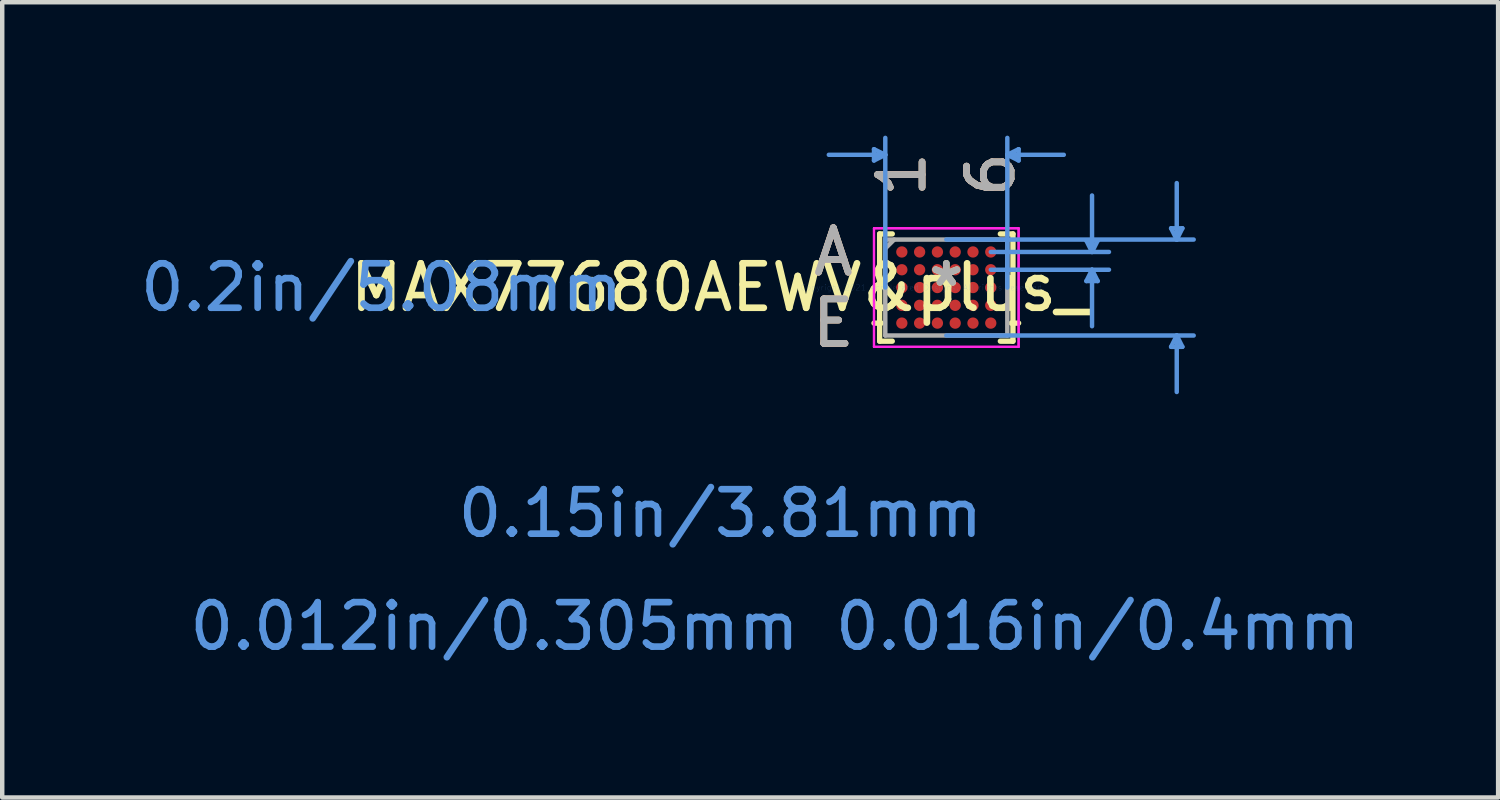
<source format=kicad_pcb>
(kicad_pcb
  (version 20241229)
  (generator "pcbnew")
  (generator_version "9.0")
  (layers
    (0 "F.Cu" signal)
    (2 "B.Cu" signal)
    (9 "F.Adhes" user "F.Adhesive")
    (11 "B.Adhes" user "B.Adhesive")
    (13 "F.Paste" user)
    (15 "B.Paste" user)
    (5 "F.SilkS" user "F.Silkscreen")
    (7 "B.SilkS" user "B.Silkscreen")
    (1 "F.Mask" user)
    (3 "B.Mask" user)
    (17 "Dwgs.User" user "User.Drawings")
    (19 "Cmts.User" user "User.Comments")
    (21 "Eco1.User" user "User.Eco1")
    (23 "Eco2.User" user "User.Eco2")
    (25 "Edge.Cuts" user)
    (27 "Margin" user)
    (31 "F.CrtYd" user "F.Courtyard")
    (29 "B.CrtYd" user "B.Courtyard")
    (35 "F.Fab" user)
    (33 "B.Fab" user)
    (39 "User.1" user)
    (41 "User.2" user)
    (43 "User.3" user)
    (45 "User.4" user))
  (footprint "MAX77680AEWV&plus_"
    (layer "F.Cu")
    (at 18.23 3.416)
    (property "Reference" "MAX77680AEWV&plus_" (at -5.08 0 0) (layer "F.SilkS") (effects (font (size 1 1) (thickness 0.15))))
    (attr through_hole)
    (fp_line (start -1.499 -1.206) (end -1.499 1.206) (stroke (width 0.12) (type solid)) (layer "F.SilkS"))
    (fp_line (start -1.499 1.206) (end -1.215 1.206) (stroke (width 0.12) (type solid)) (layer "F.SilkS"))
    (fp_line (start -1.46 0.8) (end -1.626 0.8) (stroke (width 0.12) (type solid)) (layer "F.SilkS"))
    (fp_line (start -1.215 -1.206) (end -1.499 -1.206) (stroke (width 0.12) (type solid)) (layer "F.SilkS"))
    (fp_line (start 1.215 1.206) (end 1.499 1.206) (stroke (width 0.12) (type solid)) (layer "F.SilkS"))
    (fp_line (start 1.46 0.8) (end 1.626 0.8) (stroke (width 0.12) (type solid)) (layer "F.SilkS"))
    (fp_line (start 1.499 -1.206) (end 1.215 -1.206) (stroke (width 0.12) (type solid)) (layer "F.SilkS"))
    (fp_line (start 1.499 1.206) (end 1.499 -1.206) (stroke (width 0.12) (type solid)) (layer "F.SilkS"))
    (fp_line (start -1.626 -3.111) (end -1.626 -2.857) (stroke (width 0.1) (type solid)) (layer "Cmts.User"))
    (fp_line (start -1.372 -2.985) (end -2.642 -2.985) (stroke (width 0.1) (type solid)) (layer "Cmts.User"))
    (fp_line (start -1.372 -2.985) (end -1.626 -3.111) (stroke (width 0.1) (type solid)) (layer "Cmts.User"))
    (fp_line (start -1.372 -2.985) (end -1.626 -2.857) (stroke (width 0.1) (type solid)) (layer "Cmts.User"))
    (fp_line (start -1.372 0) (end -1.372 -3.365) (stroke (width 0.1) (type solid)) (layer "Cmts.User"))
    (fp_line (start 0 -1.079) (end 5.563 -1.079) (stroke (width 0.1) (type solid)) (layer "Cmts.User"))
    (fp_line (start 0 1.079) (end 5.563 1.079) (stroke (width 0.1) (type solid)) (layer "Cmts.User"))
    (fp_line (start 1 -0.8) (end 3.658 -0.8) (stroke (width 0.1) (type solid)) (layer "Cmts.User"))
    (fp_line (start 1 -0.4) (end 3.658 -0.4) (stroke (width 0.1) (type solid)) (layer "Cmts.User"))
    (fp_line (start 1.372 -2.985) (end 1.626 -3.111) (stroke (width 0.1) (type solid)) (layer "Cmts.User"))
    (fp_line (start 1.372 -2.985) (end 1.626 -2.857) (stroke (width 0.1) (type solid)) (layer "Cmts.User"))
    (fp_line (start 1.372 -2.985) (end 2.642 -2.985) (stroke (width 0.1) (type solid)) (layer "Cmts.User"))
    (fp_line (start 1.372 0) (end 1.372 -3.365) (stroke (width 0.1) (type solid)) (layer "Cmts.User"))
    (fp_line (start 1.626 -3.111) (end 1.626 -2.857) (stroke (width 0.1) (type solid)) (layer "Cmts.User"))
    (fp_line (start 3.15 -1.054) (end 3.404 -1.054) (stroke (width 0.1) (type solid)) (layer "Cmts.User"))
    (fp_line (start 3.15 -0.146) (end 3.404 -0.146) (stroke (width 0.1) (type solid)) (layer "Cmts.User"))
    (fp_line (start 3.277 -0.8) (end 3.15 -1.054) (stroke (width 0.1) (type solid)) (layer "Cmts.User"))
    (fp_line (start 3.277 -0.8) (end 3.277 -2.07) (stroke (width 0.1) (type solid)) (layer "Cmts.User"))
    (fp_line (start 3.277 -0.8) (end 3.404 -1.054) (stroke (width 0.1) (type solid)) (layer "Cmts.User"))
    (fp_line (start 3.277 -0.4) (end 3.15 -0.146) (stroke (width 0.1) (type solid)) (layer "Cmts.User"))
    (fp_line (start 3.277 -0.4) (end 3.277 0.87) (stroke (width 0.1) (type solid)) (layer "Cmts.User"))
    (fp_line (start 3.277 -0.4) (end 3.404 -0.146) (stroke (width 0.1) (type solid)) (layer "Cmts.User"))
    (fp_line (start 5.055 -1.333) (end 5.309 -1.333) (stroke (width 0.1) (type solid)) (layer "Cmts.User"))
    (fp_line (start 5.055 1.333) (end 5.309 1.333) (stroke (width 0.1) (type solid)) (layer "Cmts.User"))
    (fp_line (start 5.182 -1.079) (end 5.055 -1.333) (stroke (width 0.1) (type solid)) (layer "Cmts.User"))
    (fp_line (start 5.182 -1.079) (end 5.182 -2.349) (stroke (width 0.1) (type solid)) (layer "Cmts.User"))
    (fp_line (start 5.182 -1.079) (end 5.309 -1.333) (stroke (width 0.1) (type solid)) (layer "Cmts.User"))
    (fp_line (start 5.182 1.079) (end 5.055 1.333) (stroke (width 0.1) (type solid)) (layer "Cmts.User"))
    (fp_line (start 5.182 1.079) (end 5.182 2.349) (stroke (width 0.1) (type solid)) (layer "Cmts.User"))
    (fp_line (start 5.182 1.079) (end 5.309 1.333) (stroke (width 0.1) (type solid)) (layer "Cmts.User"))
    (fp_line (start -1.626 -1.333) (end 1.626 -1.333) (stroke (width 0.05) (type solid)) (layer "F.CrtYd"))
    (fp_line (start -1.626 -1.333) (end 1.626 -1.333) (stroke (width 0.05) (type solid)) (layer "F.CrtYd"))
    (fp_line (start -1.626 1.333) (end -1.626 -1.333) (stroke (width 0.05) (type solid)) (layer "F.CrtYd"))
    (fp_line (start -1.626 1.333) (end -1.626 -1.333) (stroke (width 0.05) (type solid)) (layer "F.CrtYd"))
    (fp_line (start 1.626 -1.333) (end 1.626 1.333) (stroke (width 0.05) (type solid)) (layer "F.CrtYd"))
    (fp_line (start 1.626 -1.333) (end 1.626 1.333) (stroke (width 0.05) (type solid)) (layer "F.CrtYd"))
    (fp_line (start 1.626 1.333) (end -1.626 1.333) (stroke (width 0.05) (type solid)) (layer "F.CrtYd"))
    (fp_line (start 1.626 1.333) (end -1.626 1.333) (stroke (width 0.05) (type solid)) (layer "F.CrtYd"))
    (fp_line (start -1.372 -1.079) (end -1.372 1.079) (stroke (width 0.1) (type solid)) (layer "F.Fab"))
    (fp_line (start -1.372 1.079) (end 1.372 1.079) (stroke (width 0.1) (type solid)) (layer "F.Fab"))
    (fp_line (start -1.172 -1.079) (end -1.372 -0.879) (stroke (width 0.1) (type solid)) (layer "F.Fab"))
    (fp_line (start 1.372 -1.079) (end -1.372 -1.079) (stroke (width 0.1) (type solid)) (layer "F.Fab"))
    (fp_line (start 1.372 1.079) (end 1.372 -1.079) (stroke (width 0.1) (type solid)) (layer "F.Fab"))
    (fp_text user "A" (at -2.54 -0.8 0) (layer "F.SilkS") (effects (font (size 1 1) (thickness 0.15))))
    (fp_text user "*" (at 0 0 0) (layer "F.SilkS") (effects (font (size 1 1) (thickness 0.15))))
    (fp_text user "6" (at 1 -2.54 90) (layer "F.SilkS") (effects (font (size 1 1) (thickness 0.15))))
    (fp_text user "E" (at -2.54 0.8 0) (layer "F.SilkS") (effects (font (size 1 1) (thickness 0.15))))
    (fp_text user "1" (at -1 -2.54 90) (layer "F.SilkS") (effects (font (size 1 1) (thickness 0.15))))
    (fp_text user "1" (at -1 -2.54 90) (layer "B.SilkS") (effects (font (size 1 1) (thickness 0.15))))
    (fp_text user "A" (at -2.54 -0.8 0) (layer "B.SilkS") (effects (font (size 1 1) (thickness 0.15))))
    (fp_text user "6" (at 1 -2.54 90) (layer "B.SilkS") (effects (font (size 1 1) (thickness 0.15))))
    (fp_text user "E" (at -2.54 0.8 0) (layer "B.SilkS") (effects (font (size 1 1) (thickness 0.15))))
    (fp_text user "0.15in/3.81mm" (at -5.08 5.08 0) (layer "Cmts.User") (effects (font (size 1 1) (thickness 0.15))))
    (fp_text user "0.016in/0.4mm" (at 3.404 7.62 0) (layer "Cmts.User") (effects (font (size 1 1) (thickness 0.15))))
    (fp_text user "Copyright 2021 Accelerated Designs. All rights reserved." (at -0.533 0 0) (layer "Cmts.User") (effects (font (size 0.127 0.127) (thickness 0.002))))
    (fp_text user "0.012in/0.305mm" (at -10.16 7.62 0) (layer "Cmts.User") (effects (font (size 1 1) (thickness 0.15))))
    (fp_text user "0.2in/5.08mm" (at -12.7 0 0) (layer "Cmts.User") (effects (font (size 1 1) (thickness 0.15))))
    (fp_text user "A" (at -2.54 -0.8 0) (layer "F.Fab") (effects (font (size 1 1) (thickness 0.15))))
    (fp_text user "*" (at 0 0 0) (layer "F.Fab") (effects (font (size 1 1) (thickness 0.15))))
    (fp_text user "E" (at -2.54 0.8 0) (layer "F.Fab") (effects (font (size 1 1) (thickness 0.15))))
    (fp_text user "1" (at -1 -2.54 90) (layer "F.Fab") (effects (font (size 1 1) (thickness 0.15))))
    (fp_text user "6" (at 1 -2.54 90) (layer "F.Fab") (effects (font (size 1 1) (thickness 0.15))))
    (pad "A1" smd circle (at -1 -0.8) (size 0.254 0.254) (layers "F.Cu" "F.Mask" "F.Paste"))
    (pad "A2" smd circle (at -0.6 -0.8) (size 0.254 0.254) (layers "F.Cu" "F.Mask" "F.Paste"))
    (pad "A3" smd circle (at -0.2 -0.8) (size 0.254 0.254) (layers "F.Cu" "F.Mask" "F.Paste"))
    (pad "A4" smd circle (at 0.2 -0.8) (size 0.254 0.254) (layers "F.Cu" "F.Mask" "F.Paste"))
    (pad "A5" smd circle (at 0.6 -0.8) (size 0.254 0.254) (layers "F.Cu" "F.Mask" "F.Paste"))
    (pad "A6" smd circle (at 1 -0.8) (size 0.254 0.254) (layers "F.Cu" "F.Mask" "F.Paste"))
    (pad "B1" smd circle (at -1 -0.4) (size 0.254 0.254) (layers "F.Cu" "F.Mask" "F.Paste"))
    (pad "B2" smd circle (at -0.6 -0.4) (size 0.254 0.254) (layers "F.Cu" "F.Mask" "F.Paste"))
    (pad "B3" smd circle (at -0.2 -0.4) (size 0.254 0.254) (layers "F.Cu" "F.Mask" "F.Paste"))
    (pad "B4" smd circle (at 0.2 -0.4) (size 0.254 0.254) (layers "F.Cu" "F.Mask" "F.Paste"))
    (pad "B5" smd circle (at 0.6 -0.4) (size 0.254 0.254) (layers "F.Cu" "F.Mask" "F.Paste"))
    (pad "B6" smd circle (at 1 -0.4) (size 0.254 0.254) (layers "F.Cu" "F.Mask" "F.Paste"))
    (pad "C1" smd circle (at -1 0) (size 0.254 0.254) (layers "F.Cu" "F.Mask" "F.Paste"))
    (pad "C2" smd circle (at -0.6 0) (size 0.254 0.254) (layers "F.Cu" "F.Mask" "F.Paste"))
    (pad "C3" smd circle (at -0.2 0) (size 0.254 0.254) (layers "F.Cu" "F.Mask" "F.Paste"))
    (pad "C4" smd circle (at 0.2 0) (size 0.254 0.254) (layers "F.Cu" "F.Mask" "F.Paste"))
    (pad "C5" smd circle (at 0.6 0) (size 0.254 0.254) (layers "F.Cu" "F.Mask" "F.Paste"))
    (pad "C6" smd circle (at 1 0) (size 0.254 0.254) (layers "F.Cu" "F.Mask" "F.Paste"))
    (pad "D1" smd circle (at -1 0.4) (size 0.254 0.254) (layers "F.Cu" "F.Mask" "F.Paste"))
    (pad "D2" smd circle (at -0.6 0.4) (size 0.254 0.254) (layers "F.Cu" "F.Mask" "F.Paste"))
    (pad "D3" smd circle (at -0.2 0.4) (size 0.254 0.254) (layers "F.Cu" "F.Mask" "F.Paste"))
    (pad "D4" smd circle (at 0.2 0.4) (size 0.254 0.254) (layers "F.Cu" "F.Mask" "F.Paste"))
    (pad "D5" smd circle (at 0.6 0.4) (size 0.254 0.254) (layers "F.Cu" "F.Mask" "F.Paste"))
    (pad "D6" smd circle (at 1 0.4) (size 0.254 0.254) (layers "F.Cu" "F.Mask" "F.Paste"))
    (pad "E1" smd circle (at -1 0.8) (size 0.254 0.254) (layers "F.Cu" "F.Mask" "F.Paste"))
    (pad "E2" smd circle (at -0.6 0.8) (size 0.254 0.254) (layers "F.Cu" "F.Mask" "F.Paste"))
    (pad "E3" smd circle (at -0.2 0.8) (size 0.254 0.254) (layers "F.Cu" "F.Mask" "F.Paste"))
    (pad "E4" smd circle (at 0.2 0.8) (size 0.254 0.254) (layers "F.Cu" "F.Mask" "F.Paste"))
    (pad "E5" smd circle (at 0.6 0.8) (size 0.254 0.254) (layers "F.Cu" "F.Mask" "F.Paste"))
    (pad "E6" smd circle (at 1 0.8) (size 0.254 0.254) (layers "F.Cu" "F.Mask" "F.Paste")))
  (gr_rect
    (start -3 -3)
    (end 30.639 14.884)
    (stroke (width 0.1) (type default))
    (fill no)
    (layer "Edge.Cuts")))
</source>
